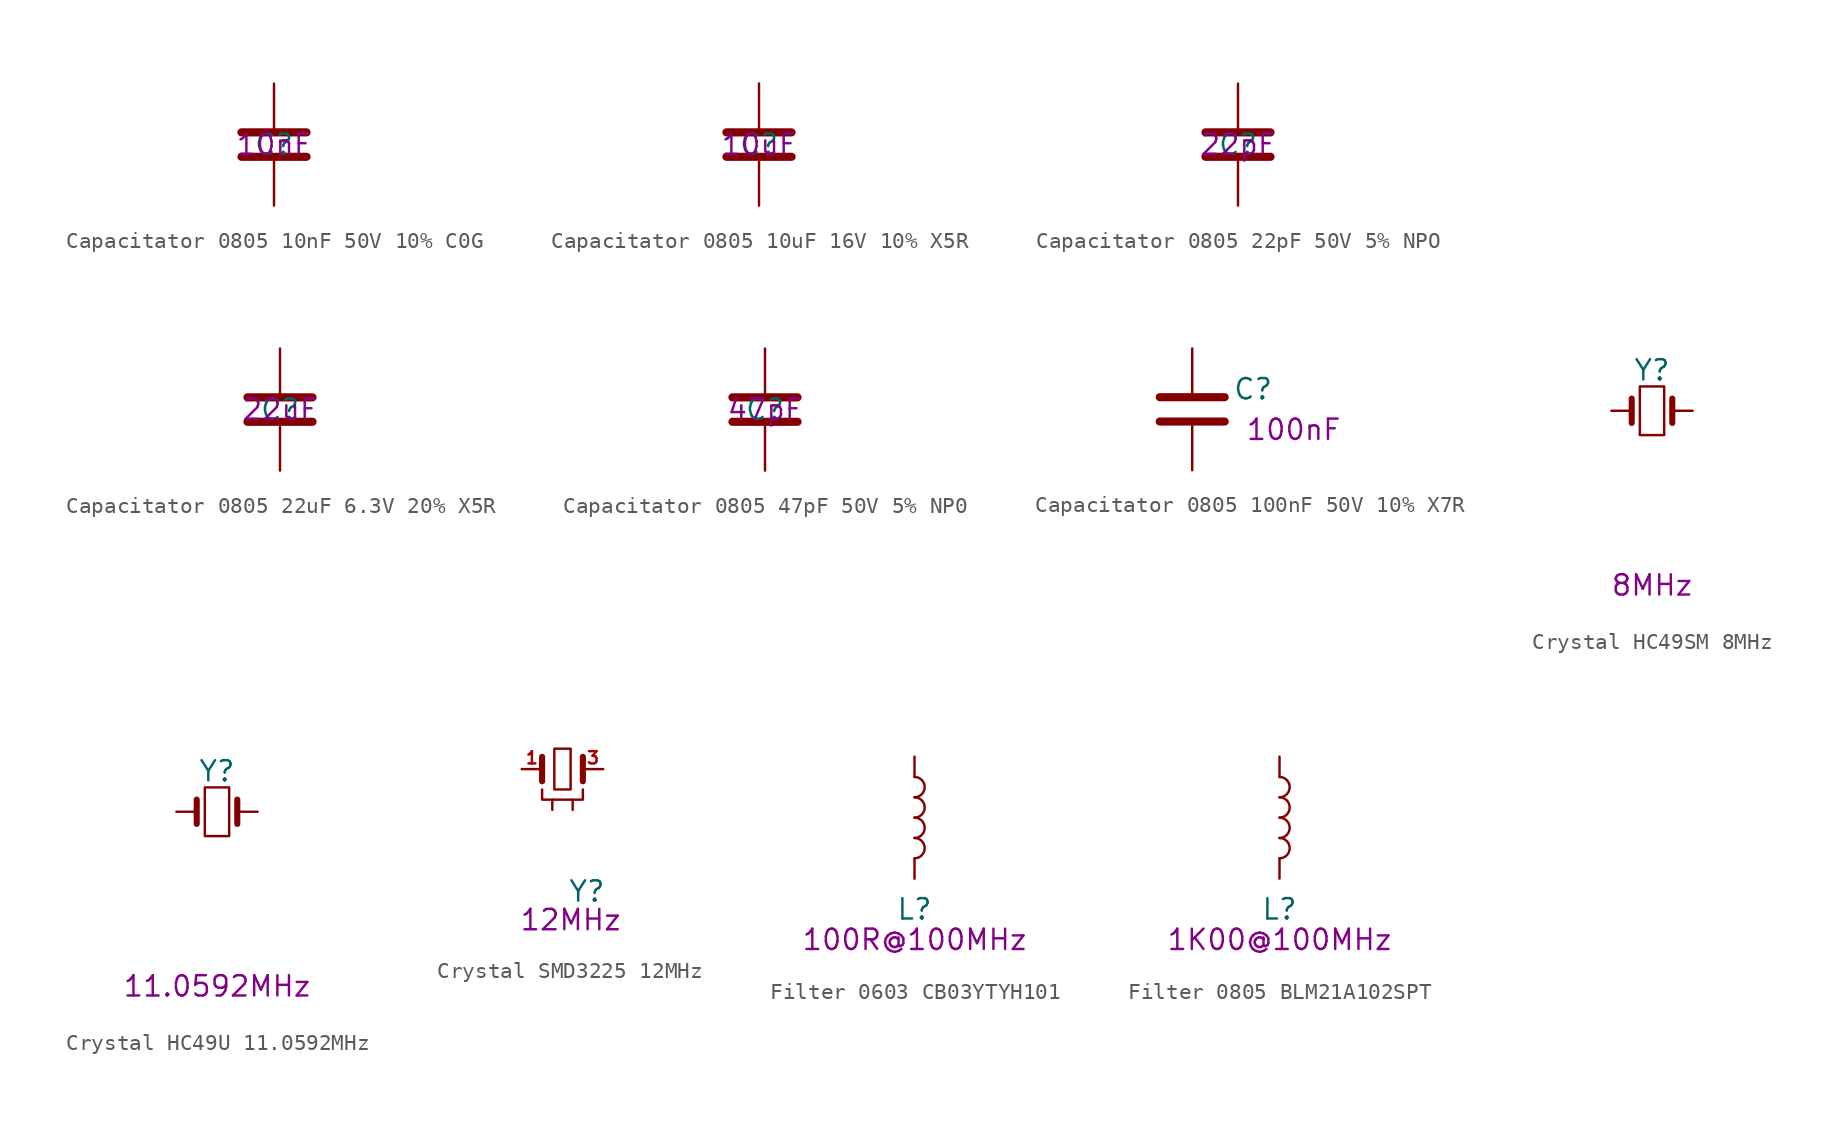
<source format=kicad_sym>
(kicad_symbol_lib
  (version 20211014)
  (generator kicad_symbol_editor)
  (symbol "Capacitator 0805 10nF 50V 10% C0G"
    (pin_numbers hide)
    (pin_names
      (offset 1.016) hide)
    (property "Reference" "C"
      (at 0 0 0)
      (effects (font (size 1.27 1.27))))
    (property "Comment" "10nF"
      (at 0 0 0)
      (effects (font (size 1.27 1.27))))
    (symbol "Capacitator 0805 10nF 50V 10% C0G_1_1"
      (polyline (pts (xy -2.032 -0.762) (xy 2.032 -0.762)) (stroke (width 0.508) (type default) (color 0 0 0 0)) (fill (type none)))
      (polyline (pts (xy -2.032 0.762) (xy 2.032 0.762)) (stroke (width 0.508) (type default) (color 0 0 0 0)) (fill (type none)))
      (pin passive line (at 0 3.81 270) (length 2.794) (name "~" (effects (font (size 1.27 1.27)))) (number "1" (effects (font (size 1.27 1.27)))))
      (pin passive line (at 0 -3.81 90) (length 2.794) (name "~" (effects (font (size 1.27 1.27)))) (number "2" (effects (font (size 1.27 1.27)))))))
  (symbol "Capacitator 0805 10uF 16V 10% X5R"
    (pin_numbers hide)
    (pin_names
      (offset 1.016) hide)
    (property "Reference" "C"
      (at 0 0 0)
      (effects (font (size 1.27 1.27))))
    (property "Comment" "10uF"
      (at 0 0 0)
      (effects (font (size 1.27 1.27))))
    (symbol "Capacitator 0805 10uF 16V 10% X5R_1_1"
      (polyline (pts (xy -2.032 -0.762) (xy 2.032 -0.762)) (stroke (width 0.508) (type default) (color 0 0 0 0)) (fill (type none)))
      (polyline (pts (xy -2.032 0.762) (xy 2.032 0.762)) (stroke (width 0.508) (type default) (color 0 0 0 0)) (fill (type none)))
      (pin passive line (at 0 3.81 270) (length 2.794) (name "~" (effects (font (size 1.27 1.27)))) (number "1" (effects (font (size 1.27 1.27)))))
      (pin passive line (at 0 -3.81 90) (length 2.794) (name "~" (effects (font (size 1.27 1.27)))) (number "2" (effects (font (size 1.27 1.27)))))))
  (symbol "Capacitator 0805 22pF 50V 5% NPO"
    (pin_numbers hide)
    (pin_names
      (offset 1.016))
    (property "Reference" "C"
      (at 0 0 0)
      (effects (font (size 1.27 1.27))))
    (property "Comment" "22pF"
      (at 0 0 0)
      (effects (font (size 1.27 1.27))))
    (symbol "Capacitator 0805 22pF 50V 5% NPO_1_1"
      (polyline (pts (xy -2.032 -0.762) (xy 2.032 -0.762)) (stroke (width 0.508) (type default) (color 0 0 0 0)) (fill (type none)))
      (polyline (pts (xy -2.032 0.762) (xy 2.032 0.762)) (stroke (width 0.508) (type default) (color 0 0 0 0)) (fill (type none)))
      (pin passive line (at 0 3.81 270) (length 2.794) (name "~" (effects (font (size 1.27 1.27)))) (number "1" (effects (font (size 1.27 1.27)))))
      (pin passive line (at 0 -3.81 90) (length 2.794) (name "~" (effects (font (size 1.27 1.27)))) (number "2" (effects (font (size 1.27 1.27)))))))
  (symbol "Capacitator 0805 22uF 6.3V 20% X5R"
    (pin_numbers hide)
    (pin_names
      (offset 1.016) hide)
    (property "Reference" "C"
      (at 0 0 0)
      (effects (font (size 1.27 1.27))))
    (property "Comment" "22uF"
      (at 0 0 0)
      (effects (font (size 1.27 1.27))))
    (symbol "Capacitator 0805 22uF 6.3V 20% X5R_1_1"
      (polyline (pts (xy -2.032 -0.762) (xy 2.032 -0.762)) (stroke (width 0.508) (type default) (color 0 0 0 0)) (fill (type none)))
      (polyline (pts (xy -2.032 0.762) (xy 2.032 0.762)) (stroke (width 0.508) (type default) (color 0 0 0 0)) (fill (type none)))
      (pin passive line (at 0 3.81 270) (length 2.794) (name "~" (effects (font (size 1.27 1.27)))) (number "1" (effects (font (size 1.27 1.27)))))
      (pin passive line (at 0 -3.81 90) (length 2.794) (name "~" (effects (font (size 1.27 1.27)))) (number "2" (effects (font (size 1.27 1.27)))))))
  (symbol "Capacitator 0805 47pF 50V 5% NP0"
    (pin_numbers hide)
    (pin_names
      (offset 1.016))
    (property "Reference" "C"
      (at 0 0 0)
      (effects (font (size 1.27 1.27))))
    (property "Comment" "47pF"
      (at 0 0 0)
      (effects (font (size 1.27 1.27))))
    (symbol "Capacitator 0805 47pF 50V 5% NP0_1_1"
      (polyline (pts (xy -2.032 -0.762) (xy 2.032 -0.762)) (stroke (width 0.508) (type default) (color 0 0 0 0)) (fill (type none)))
      (polyline (pts (xy -2.032 0.762) (xy 2.032 0.762)) (stroke (width 0.508) (type default) (color 0 0 0 0)) (fill (type none)))
      (pin passive line (at 0 3.81 270) (length 2.794) (name "~" (effects (font (size 1.27 1.27)))) (number "1" (effects (font (size 1.27 1.27)))))
      (pin passive line (at 0 -3.81 90) (length 2.794) (name "~" (effects (font (size 1.27 1.27)))) (number "2" (effects (font (size 1.27 1.27)))))))
  (symbol "Capacitator 0805 100nF 50V 10% X7R"
    (pin_numbers hide)
    (pin_names
      (offset 1.016))
    (property "Reference" "C"
      (at 3.81 1.27 0)
      (effects (font (size 1.27 1.27))))
    (property "Comment" "100nF"
      (at 6.35 -1.27 0)
      (effects (font (size 1.27 1.27))))
    (symbol "Capacitator 0805 100nF 50V 10% X7R_1_1"
      (polyline (pts (xy -2.032 -0.762) (xy 2.032 -0.762)) (stroke (width 0.508) (type default) (color 0 0 0 0)) (fill (type none)))
      (polyline (pts (xy -2.032 0.762) (xy 2.032 0.762)) (stroke (width 0.508) (type default) (color 0 0 0 0)) (fill (type none)))
      (pin passive line (at 0 3.81 270) (length 2.794) (name "~" (effects (font (size 1.27 1.27)))) (number "1" (effects (font (size 1.27 1.27)))))
      (pin passive line (at 0 -3.81 90) (length 2.794) (name "~" (effects (font (size 1.27 1.27)))) (number "2" (effects (font (size 1.27 1.27)))))))
  (symbol "Crystal HC49SM 8MHz"
    (pin_numbers hide)
    (pin_names
      (offset 1.016) hide)
    (property "Reference" "Y"
      (at 0 2.54 0)
      (effects (font (size 1.27 1.27))))
    (property "Comment" "8MHz"
      (at 0 -10.922 0)
      (effects (font (size 1.27 1.27))))
    (symbol "Crystal HC49SM 8MHz_0_1"
      (rectangle (start -0.762 -1.524) (end 0.762 1.524) (stroke (width 0) (type default) (color 0 0 0 0)) (fill (type none)))
      (polyline (pts (xy -1.27 -0.762) (xy -1.27 0.762)) (stroke (width 0.381) (type default) (color 0 0 0 0)) (fill (type none)))
      (polyline (pts (xy 1.27 -0.762) (xy 1.27 0.762)) (stroke (width 0.381) (type default) (color 0 0 0 0)) (fill (type none))))
    (symbol "Crystal HC49SM 8MHz_1_1"
      (pin passive line (at -2.54 0 0) (length 1.27) (name "1" (effects (font (size 1.27 1.27)))) (number "1" (effects (font (size 1.27 1.27)))))
      (pin passive line (at 2.54 0 180) (length 1.27) (name "2" (effects (font (size 1.27 1.27)))) (number "2" (effects (font (size 1.27 1.27)))))))
  (symbol "Crystal HC49U 11.0592MHz"
    (pin_numbers hide)
    (pin_names
      (offset 1.016) hide)
    (property "Reference" "Y"
      (at 0 2.54 0)
      (effects (font (size 1.27 1.27))))
    (property "Comment" "11.0592MHz"
      (at 0 -10.922 0)
      (effects (font (size 1.27 1.27))))
    (symbol "Crystal HC49U 11.0592MHz_0_1"
      (rectangle (start -0.762 -1.524) (end 0.762 1.524) (stroke (width 0) (type default) (color 0 0 0 0)) (fill (type none)))
      (polyline (pts (xy -1.27 -0.762) (xy -1.27 0.762)) (stroke (width 0.381) (type default) (color 0 0 0 0)) (fill (type none)))
      (polyline (pts (xy 1.27 -0.762) (xy 1.27 0.762)) (stroke (width 0.381) (type default) (color 0 0 0 0)) (fill (type none))))
    (symbol "Crystal HC49U 11.0592MHz_1_1"
      (pin passive line (at -2.54 0 0) (length 1.27) (name "1" (effects (font (size 1.27 1.27)))) (number "1" (effects (font (size 1.27 1.27)))))
      (pin passive line (at 2.54 0 180) (length 1.27) (name "2" (effects (font (size 1.27 1.27)))) (number "2" (effects (font (size 1.27 1.27)))))))
  (symbol "Crystal SMD3225 12MHz"
    (pin_names
      (offset 1.016) hide)
    (property "Reference" "Y"
      (at 1.524 -7.62 0)
      (effects (font (size 1.27 1.27))))
    (property "Comment" "12MHz"
      (at 0.508 -9.398 0)
      (effects (font (size 1.27 1.27))))
    (symbol "Crystal SMD3225 12MHz_0_1"
      (rectangle (start -0.508 -1.27) (end 0.508 1.27) (stroke (width 0) (type default) (color 0 0 0 0)) (fill (type none)))
      (polyline (pts (xy -1.27 -0.762) (xy -1.27 0.762)) (stroke (width 0.381) (type default) (color 0 0 0 0)) (fill (type none)))
      (polyline (pts (xy 1.27 -0.762) (xy 1.27 0.762)) (stroke (width 0.381) (type default) (color 0 0 0 0)) (fill (type none)))
      (polyline (pts (xy -1.27 -1.27) (xy -1.27 -1.905) (xy 1.27 -1.905) (xy 1.27 -1.27)) (stroke (width 0) (type default) (color 0 0 0 0)) (fill (type none))))
    (symbol "Crystal SMD3225 12MHz_1_1"
      (pin passive line (at -2.54 0 0) (length 1.27) (name "1" (effects (font (size 1.27 1.27)))) (number "1" (effects (font (size 0.762 0.762)))))
      (pin passive line (at -0.635 -2.54 90) (length 0.635) (name "2" (effects (font (size 0 0)))) (number "2" (effects (font (size 0 0)))))
      (pin passive line (at 2.54 0 180) (length 1.27) (name "3" (effects (font (size 1.27 1.27)))) (number "3" (effects (font (size 0.762 0.762)))))
      (pin passive line (at 0.635 -2.54 90) (length 0.635) (name "4" (effects (font (size 0 0)))) (number "4" (effects (font (size 0 0)))))))
  (symbol "Filter 0603 CB03YTYH101"
    (pin_numbers hide)
    (pin_names
      (offset 1.016) hide)
    (property "Reference" "L"
      (at 0 -5.715 0)
      (effects (font (size 1.27 1.27))))
    (property "Comment" "100R@100MHz"
      (at 0 -7.62 0)
      (effects (font (size 1.27 1.27))))
    (symbol "Filter 0603 CB03YTYH101_0_1"
      (arc (start 0 -2.54) (mid 0.635 -1.905) (end 0 -1.27) (stroke (width 0) (type default) (color 0 0 0 0)) (fill (type none)))
      (arc (start 0 -1.27) (mid 0.635 -0.635) (end 0 0) (stroke (width 0) (type default) (color 0 0 0 0)) (fill (type none)))
      (arc (start 0 0) (mid 0.635 0.635) (end 0 1.27) (stroke (width 0) (type default) (color 0 0 0 0)) (fill (type none)))
      (arc (start 0 1.27) (mid 0.635 1.905) (end 0 2.54) (stroke (width 0) (type default) (color 0 0 0 0)) (fill (type none))))
    (symbol "Filter 0603 CB03YTYH101_1_1"
      (pin passive line (at 0 3.81 270) (length 1.27) (name "1" (effects (font (size 1.27 1.27)))) (number "1" (effects (font (size 1.27 1.27)))))
      (pin passive line (at 0 -3.81 90) (length 1.27) (name "2" (effects (font (size 1.27 1.27)))) (number "2" (effects (font (size 1.27 1.27)))))))
  (symbol "Filter 0805 BLM21A102SPT"
    (pin_numbers hide)
    (pin_names
      (offset 1.016) hide)
    (property "Reference" "L"
      (at 0 -5.715 0)
      (effects (font (size 1.27 1.27))))
    (property "Comment" "1K00@100MHz"
      (at 0 -7.62 0)
      (effects (font (size 1.27 1.27))))
    (symbol "Filter 0805 BLM21A102SPT_0_1"
      (arc (start 0 -2.54) (mid 0.635 -1.905) (end 0 -1.27) (stroke (width 0) (type default) (color 0 0 0 0)) (fill (type none)))
      (arc (start 0 -1.27) (mid 0.635 -0.635) (end 0 0) (stroke (width 0) (type default) (color 0 0 0 0)) (fill (type none)))
      (arc (start 0 0) (mid 0.635 0.635) (end 0 1.27) (stroke (width 0) (type default) (color 0 0 0 0)) (fill (type none)))
      (arc (start 0 1.27) (mid 0.635 1.905) (end 0 2.54) (stroke (width 0) (type default) (color 0 0 0 0)) (fill (type none))))
    (symbol "Filter 0805 BLM21A102SPT_1_1"
      (pin passive line (at 0 3.81 270) (length 1.27) (name "1" (effects (font (size 1.27 1.27)))) (number "1" (effects (font (size 1.27 1.27)))))
      (pin passive line (at 0 -3.81 90) (length 1.27) (name "2" (effects (font (size 1.27 1.27)))) (number "2" (effects (font (size 1.27 1.27))))))))
</source>
